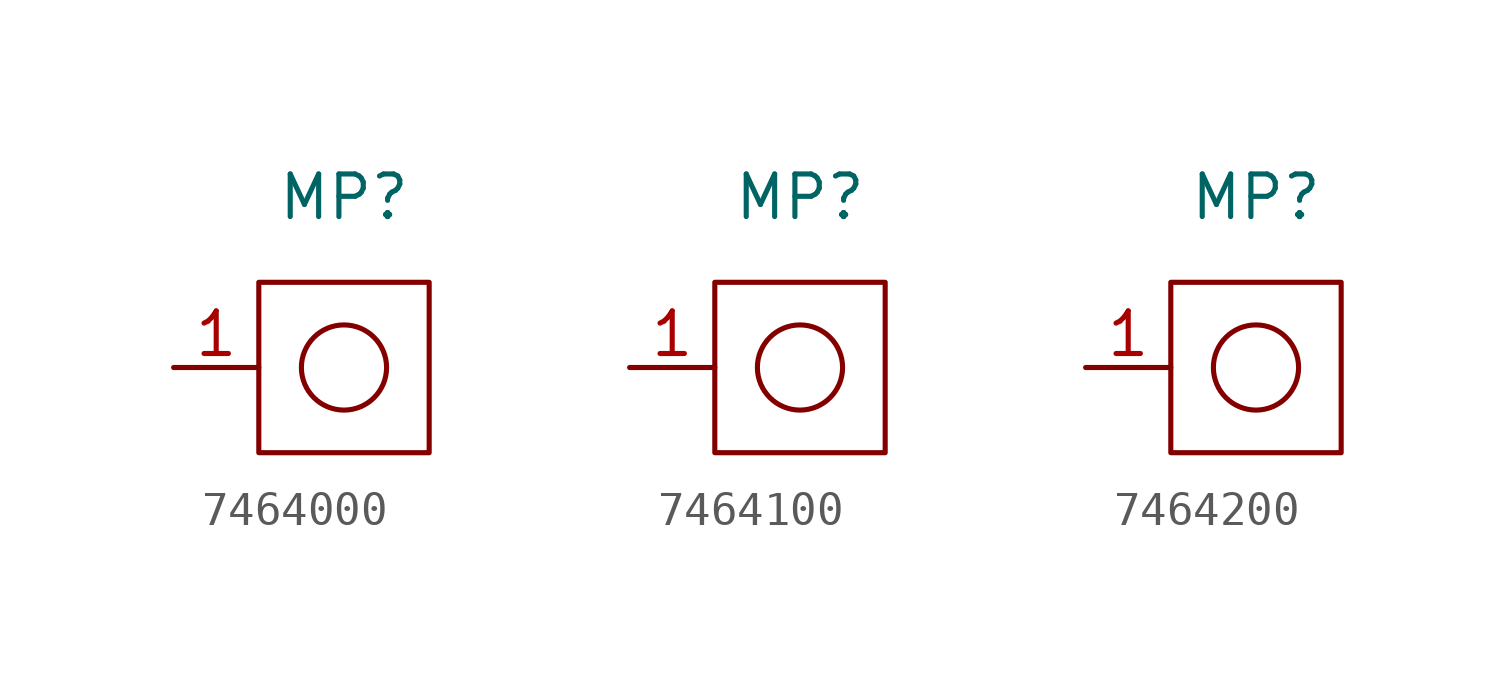
<source format=kicad_sym>
(kicad_symbol_lib
  (version 20220914)
  (generator kicad_symbol_editor)
  (symbol "7464000"
    (pin_names hide)
    (property "Reference" "MP"
      (at 0 5.08 0)
      (effects (font (size 1.27 1.27))))
    (symbol "7464000_0_1"
      (rectangle (start -2.54 2.54) (end 2.54 -2.54) (stroke (width 0) (type default)) (fill (type none)))
      (circle (center 0 0) (radius 1.27) (stroke (width 0) (type default)) (fill (type none))))
    (symbol "7464000_1_1"
      (pin passive line (at -5.08 0 0) (length 2.54) (name "GND1" (effects (font (size 1.27 1.27)))) (number "1" (effects (font (size 1.27 1.27)))))))
  (symbol "7464100"
    (pin_names hide)
    (property "Reference" "MP"
      (at 0 5.08 0)
      (effects (font (size 1.27 1.27))))
    (symbol "7464100_0_1"
      (rectangle (start -2.54 2.54) (end 2.54 -2.54) (stroke (width 0) (type default)) (fill (type none)))
      (circle (center 0 0) (radius 1.27) (stroke (width 0) (type default)) (fill (type none))))
    (symbol "7464100_1_1"
      (pin passive line (at -5.08 0 0) (length 2.54) (name "GND1" (effects (font (size 1.27 1.27)))) (number "1" (effects (font (size 1.27 1.27)))))))
  (symbol "7464200"
    (pin_names hide)
    (property "Reference" "MP"
      (at 0 5.08 0)
      (effects (font (size 1.27 1.27))))
    (symbol "7464200_0_1"
      (rectangle (start -2.54 2.54) (end 2.54 -2.54) (stroke (width 0) (type default)) (fill (type none)))
      (circle (center 0 0) (radius 1.27) (stroke (width 0) (type default)) (fill (type none))))
    (symbol "7464200_1_1"
      (pin passive line (at -5.08 0 0) (length 2.54) (name "GND1" (effects (font (size 1.27 1.27)))) (number "1" (effects (font (size 1.27 1.27))))))))
</source>
